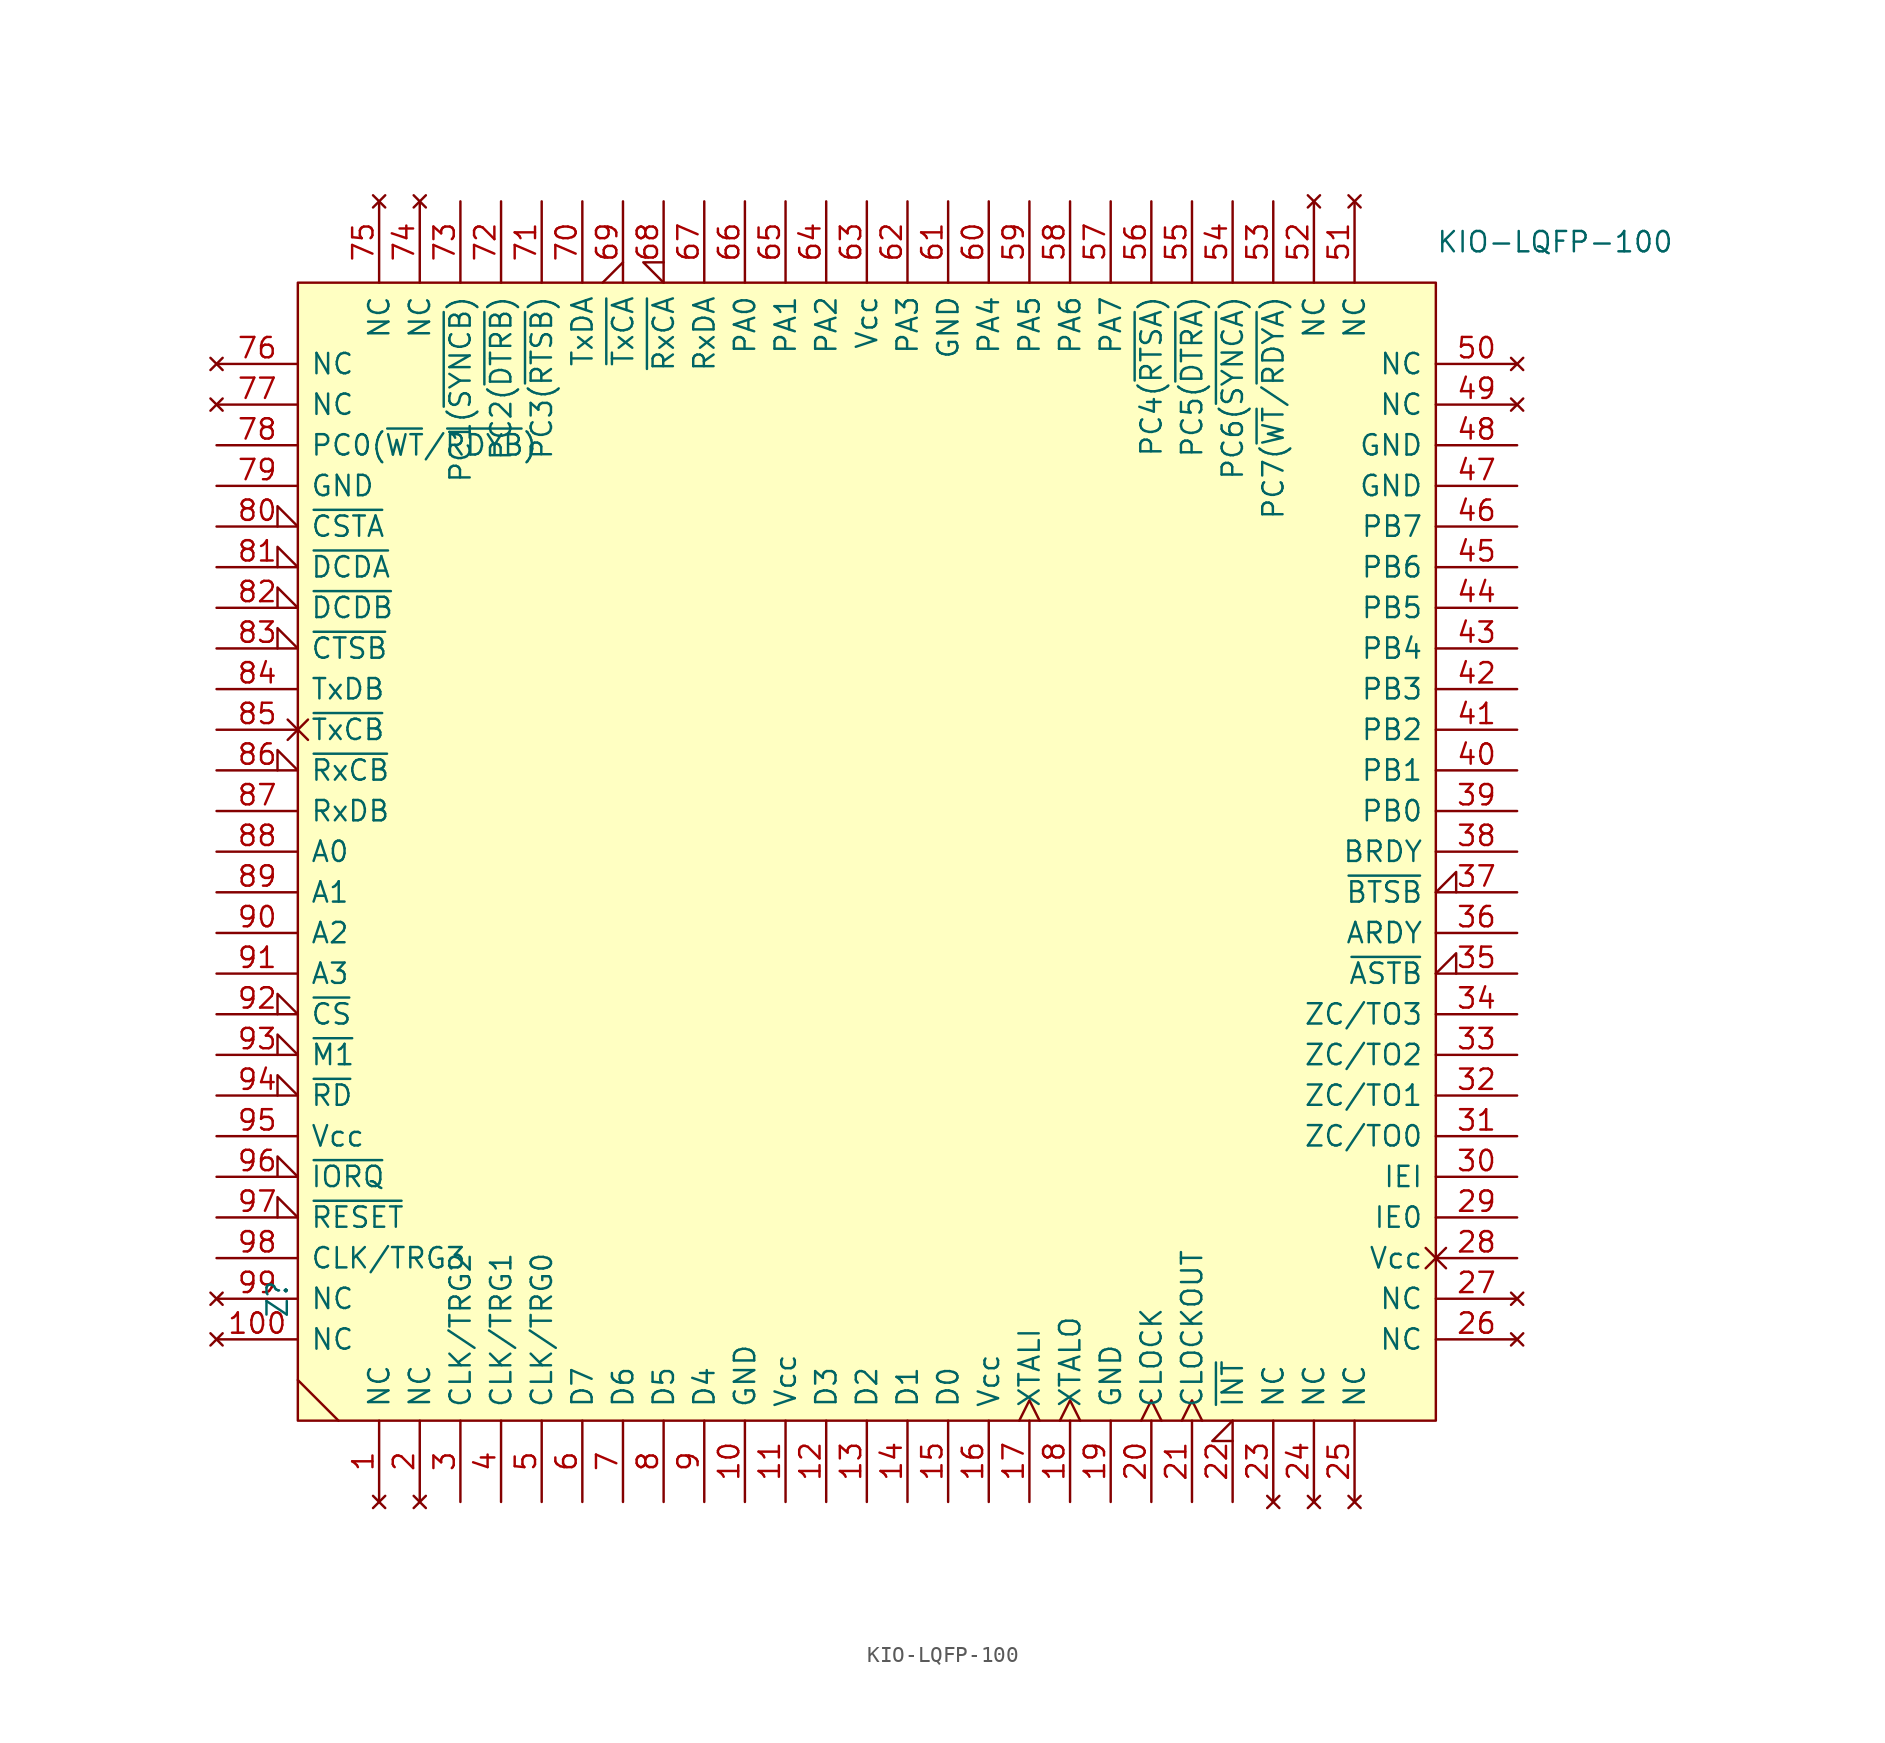
<source format=kicad_sym>
(kicad_symbol_lib
  (version 20220914)
  (generator kicad_symbol_editor)
  (symbol "KIO-LQFP-100"
    (pin_names
      (offset 0.762))
    (property "Reference" "Z"
      (at -1.27 -64.77 90)
      (effects (font (size 1.27 1.27)) (justify left)))
    (property "Value" "KIO-LQFP-100"
      (at 71.12 2.54 0)
      (effects (font (size 1.27 1.27)) (justify left)))
    (symbol "KIO-LQFP-100_0_0"
      (pin no_connect line (at 5.08 -76.2 90) (length 5.08) (name "NC" (effects (font (size 1.27 1.27)))) (number "1" (effects (font (size 1.27 1.27)))))
      (pin power_in line (at 27.94 -76.2 90) (length 5.08) (name "GND" (effects (font (size 1.27 1.27)))) (number "10" (effects (font (size 1.27 1.27)))))
      (pin no_connect line (at -5.08 -66.04 0) (length 5.08) (name "NC" (effects (font (size 1.27 1.27)))) (number "100" (effects (font (size 1.27 1.27)))))
      (pin power_in line (at 30.48 -76.2 90) (length 5.08) (name "Vcc" (effects (font (size 1.27 1.27)))) (number "11" (effects (font (size 1.27 1.27)))))
      (pin bidirectional line (at 33.02 -76.2 90) (length 5.08) (name "D3" (effects (font (size 1.27 1.27)))) (number "12" (effects (font (size 1.27 1.27)))))
      (pin bidirectional line (at 35.56 -76.2 90) (length 5.08) (name "D2" (effects (font (size 1.27 1.27)))) (number "13" (effects (font (size 1.27 1.27)))))
      (pin bidirectional line (at 38.1 -76.2 90) (length 5.08) (name "D1" (effects (font (size 1.27 1.27)))) (number "14" (effects (font (size 1.27 1.27)))))
      (pin bidirectional line (at 40.64 -76.2 90) (length 5.08) (name "D0" (effects (font (size 1.27 1.27)))) (number "15" (effects (font (size 1.27 1.27)))))
      (pin power_in line (at 43.18 -76.2 90) (length 5.08) (name "Vcc" (effects (font (size 1.27 1.27)))) (number "16" (effects (font (size 1.27 1.27)))))
      (pin input clock (at 45.72 -76.2 90) (length 5.08) (name "XTALI" (effects (font (size 1.27 1.27)))) (number "17" (effects (font (size 1.27 1.27)))))
      (pin output clock (at 48.26 -76.2 90) (length 5.08) (name "XTALO" (effects (font (size 1.27 1.27)))) (number "18" (effects (font (size 1.27 1.27)))))
      (pin power_in line (at 50.8 -76.2 90) (length 5.08) (name "GND" (effects (font (size 1.27 1.27)))) (number "19" (effects (font (size 1.27 1.27)))))
      (pin no_connect line (at 7.62 -76.2 90) (length 5.08) (name "NC" (effects (font (size 1.27 1.27)))) (number "2" (effects (font (size 1.27 1.27)))))
      (pin input clock (at 53.34 -76.2 90) (length 5.08) (name "CLOCK" (effects (font (size 1.27 1.27)))) (number "20" (effects (font (size 1.27 1.27)))))
      (pin output clock (at 55.88 -76.2 90) (length 5.08) (name "CLOCKOUT" (effects (font (size 1.27 1.27)))) (number "21" (effects (font (size 1.27 1.27)))))
      (pin open_collector input_low (at 58.42 -76.2 90) (length 5.08) (name "~{INT}" (effects (font (size 1.27 1.27)))) (number "22" (effects (font (size 1.27 1.27)))))
      (pin no_connect line (at 60.96 -76.2 90) (length 5.08) (name "NC" (effects (font (size 1.27 1.27)))) (number "23" (effects (font (size 1.27 1.27)))))
      (pin no_connect line (at 63.5 -76.2 90) (length 5.08) (name "NC" (effects (font (size 1.27 1.27)))) (number "24" (effects (font (size 1.27 1.27)))))
      (pin no_connect line (at 66.04 -76.2 90) (length 5.08) (name "NC" (effects (font (size 1.27 1.27)))) (number "25" (effects (font (size 1.27 1.27)))))
      (pin no_connect line (at 76.2 -66.04 180) (length 5.08) (name "NC" (effects (font (size 1.27 1.27)))) (number "26" (effects (font (size 1.27 1.27)))))
      (pin no_connect line (at 76.2 -63.5 180) (length 5.08) (name "NC" (effects (font (size 1.27 1.27)))) (number "27" (effects (font (size 1.27 1.27)))))
      (pin power_in non_logic (at 76.2 -60.96 180) (length 5.08) (name "Vcc" (effects (font (size 1.27 1.27)))) (number "28" (effects (font (size 1.27 1.27)))))
      (pin output line (at 76.2 -58.42 180) (length 5.08) (name "IE0" (effects (font (size 1.27 1.27)))) (number "29" (effects (font (size 1.27 1.27)))))
      (pin input line (at 10.16 -76.2 90) (length 5.08) (name "CLK/TRG2" (effects (font (size 1.27 1.27)))) (number "3" (effects (font (size 1.27 1.27)))))
      (pin input line (at 76.2 -55.88 180) (length 5.08) (name "IEI" (effects (font (size 1.27 1.27)))) (number "30" (effects (font (size 1.27 1.27)))))
      (pin output line (at 76.2 -53.34 180) (length 5.08) (name "ZC/TO0" (effects (font (size 1.27 1.27)))) (number "31" (effects (font (size 1.27 1.27)))))
      (pin output line (at 76.2 -50.8 180) (length 5.08) (name "ZC/TO1" (effects (font (size 1.27 1.27)))) (number "32" (effects (font (size 1.27 1.27)))))
      (pin output line (at 76.2 -48.26 180) (length 5.08) (name "ZC/TO2" (effects (font (size 1.27 1.27)))) (number "33" (effects (font (size 1.27 1.27)))))
      (pin output line (at 76.2 -45.72 180) (length 5.08) (name "ZC/TO3" (effects (font (size 1.27 1.27)))) (number "34" (effects (font (size 1.27 1.27)))))
      (pin input input_low (at 76.2 -43.18 180) (length 5.08) (name "~{ASTB}" (effects (font (size 1.27 1.27)))) (number "35" (effects (font (size 1.27 1.27)))))
      (pin output line (at 76.2 -40.64 180) (length 5.08) (name "ARDY" (effects (font (size 1.27 1.27)))) (number "36" (effects (font (size 1.27 1.27)))))
      (pin input input_low (at 76.2 -38.1 180) (length 5.08) (name "~{BTSB}" (effects (font (size 1.27 1.27)))) (number "37" (effects (font (size 1.27 1.27)))))
      (pin output line (at 76.2 -35.56 180) (length 5.08) (name "BRDY" (effects (font (size 1.27 1.27)))) (number "38" (effects (font (size 1.27 1.27)))))
      (pin tri_state line (at 76.2 -33.02 180) (length 5.08) (name "PB0" (effects (font (size 1.27 1.27)))) (number "39" (effects (font (size 1.27 1.27)))))
      (pin input line (at 12.7 -76.2 90) (length 5.08) (name "CLK/TRG1" (effects (font (size 1.27 1.27)))) (number "4" (effects (font (size 1.27 1.27)))))
      (pin tri_state line (at 76.2 -30.48 180) (length 5.08) (name "PB1" (effects (font (size 1.27 1.27)))) (number "40" (effects (font (size 1.27 1.27)))))
      (pin tri_state line (at 76.2 -27.94 180) (length 5.08) (name "PB2" (effects (font (size 1.27 1.27)))) (number "41" (effects (font (size 1.27 1.27)))))
      (pin tri_state line (at 76.2 -25.4 180) (length 5.08) (name "PB3" (effects (font (size 1.27 1.27)))) (number "42" (effects (font (size 1.27 1.27)))))
      (pin tri_state line (at 76.2 -22.86 180) (length 5.08) (name "PB4" (effects (font (size 1.27 1.27)))) (number "43" (effects (font (size 1.27 1.27)))))
      (pin tri_state line (at 76.2 -20.32 180) (length 5.08) (name "PB5" (effects (font (size 1.27 1.27)))) (number "44" (effects (font (size 1.27 1.27)))))
      (pin tri_state line (at 76.2 -17.78 180) (length 5.08) (name "PB6" (effects (font (size 1.27 1.27)))) (number "45" (effects (font (size 1.27 1.27)))))
      (pin tri_state line (at 76.2 -15.24 180) (length 5.08) (name "PB7" (effects (font (size 1.27 1.27)))) (number "46" (effects (font (size 1.27 1.27)))))
      (pin power_in line (at 76.2 -12.7 180) (length 5.08) (name "GND" (effects (font (size 1.27 1.27)))) (number "47" (effects (font (size 1.27 1.27)))))
      (pin power_in line (at 76.2 -10.16 180) (length 5.08) (name "GND" (effects (font (size 1.27 1.27)))) (number "48" (effects (font (size 1.27 1.27)))))
      (pin no_connect line (at 76.2 -7.62 180) (length 5.08) (name "NC" (effects (font (size 1.27 1.27)))) (number "49" (effects (font (size 1.27 1.27)))))
      (pin input line (at 15.24 -76.2 90) (length 5.08) (name "CLK/TRG0" (effects (font (size 1.27 1.27)))) (number "5" (effects (font (size 1.27 1.27)))))
      (pin no_connect line (at 76.2 -5.08 180) (length 5.08) (name "NC" (effects (font (size 1.27 1.27)))) (number "50" (effects (font (size 1.27 1.27)))))
      (pin no_connect line (at 66.04 5.08 270) (length 5.08) (name "NC" (effects (font (size 1.27 1.27)))) (number "51" (effects (font (size 1.27 1.27)))))
      (pin no_connect line (at 63.5 5.08 270) (length 5.08) (name "NC" (effects (font (size 1.27 1.27)))) (number "52" (effects (font (size 1.27 1.27)))))
      (pin tri_state line (at 60.96 5.08 270) (length 5.08) (name "PC7(~{WT}/~{RDYA})" (effects (font (size 1.27 1.27)))) (number "53" (effects (font (size 1.27 1.27)))))
      (pin tri_state line (at 58.42 5.08 270) (length 5.08) (name "PC6(~{SYNCA})" (effects (font (size 1.27 1.27)))) (number "54" (effects (font (size 1.27 1.27)))))
      (pin tri_state line (at 55.88 5.08 270) (length 5.08) (name "PC5(~{DTRA})" (effects (font (size 1.27 1.27)))) (number "55" (effects (font (size 1.27 1.27)))))
      (pin tri_state line (at 53.34 5.08 270) (length 5.08) (name "PC4(~{RTSA})" (effects (font (size 1.27 1.27)))) (number "56" (effects (font (size 1.27 1.27)))))
      (pin tri_state line (at 50.8 5.08 270) (length 5.08) (name "PA7" (effects (font (size 1.27 1.27)))) (number "57" (effects (font (size 1.27 1.27)))))
      (pin tri_state line (at 48.26 5.08 270) (length 5.08) (name "PA6" (effects (font (size 1.27 1.27)))) (number "58" (effects (font (size 1.27 1.27)))))
      (pin tri_state line (at 45.72 5.08 270) (length 5.08) (name "PA5" (effects (font (size 1.27 1.27)))) (number "59" (effects (font (size 1.27 1.27)))))
      (pin bidirectional line (at 17.78 -76.2 90) (length 5.08) (name "D7" (effects (font (size 1.27 1.27)))) (number "6" (effects (font (size 1.27 1.27)))))
      (pin tri_state line (at 43.18 5.08 270) (length 5.08) (name "PA4" (effects (font (size 1.27 1.27)))) (number "60" (effects (font (size 1.27 1.27)))))
      (pin power_in line (at 40.64 5.08 270) (length 5.08) (name "GND" (effects (font (size 1.27 1.27)))) (number "61" (effects (font (size 1.27 1.27)))))
      (pin tri_state line (at 38.1 5.08 270) (length 5.08) (name "PA3" (effects (font (size 1.27 1.27)))) (number "62" (effects (font (size 1.27 1.27)))))
      (pin power_in line (at 35.56 5.08 270) (length 5.08) (name "Vcc" (effects (font (size 1.27 1.27)))) (number "63" (effects (font (size 1.27 1.27)))))
      (pin tri_state line (at 33.02 5.08 270) (length 5.08) (name "PA2" (effects (font (size 1.27 1.27)))) (number "64" (effects (font (size 1.27 1.27)))))
      (pin tri_state line (at 30.48 5.08 270) (length 5.08) (name "PA1" (effects (font (size 1.27 1.27)))) (number "65" (effects (font (size 1.27 1.27)))))
      (pin tri_state line (at 27.94 5.08 270) (length 5.08) (name "PA0" (effects (font (size 1.27 1.27)))) (number "66" (effects (font (size 1.27 1.27)))))
      (pin input line (at 25.4 5.08 270) (length 5.08) (name "RxDA" (effects (font (size 1.27 1.27)))) (number "67" (effects (font (size 1.27 1.27)))))
      (pin input input_low (at 22.86 5.08 270) (length 5.08) (name "~{RxCA}" (effects (font (size 1.27 1.27)))) (number "68" (effects (font (size 1.27 1.27)))))
      (pin bidirectional output_low (at 20.32 5.08 270) (length 5.08) (name "~{TxCA}" (effects (font (size 1.27 1.27)))) (number "69" (effects (font (size 1.27 1.27)))))
      (pin bidirectional line (at 20.32 -76.2 90) (length 5.08) (name "D6" (effects (font (size 1.27 1.27)))) (number "7" (effects (font (size 1.27 1.27)))))
      (pin output line (at 17.78 5.08 270) (length 5.08) (name "TxDA" (effects (font (size 1.27 1.27)))) (number "70" (effects (font (size 1.27 1.27)))))
      (pin tri_state line (at 15.24 5.08 270) (length 5.08) (name "PC3(~{RTSB})" (effects (font (size 1.27 1.27)))) (number "71" (effects (font (size 1.27 1.27)))))
      (pin tri_state line (at 12.7 5.08 270) (length 5.08) (name "PC2(~{DTRB})" (effects (font (size 1.27 1.27)))) (number "72" (effects (font (size 1.27 1.27)))))
      (pin tri_state line (at 10.16 5.08 270) (length 5.08) (name "PC1(~{SYNCB})" (effects (font (size 1.27 1.27)))) (number "73" (effects (font (size 1.27 1.27)))))
      (pin no_connect line (at 7.62 5.08 270) (length 5.08) (name "NC" (effects (font (size 1.27 1.27)))) (number "74" (effects (font (size 1.27 1.27)))))
      (pin no_connect line (at 5.08 5.08 270) (length 5.08) (name "NC" (effects (font (size 1.27 1.27)))) (number "75" (effects (font (size 1.27 1.27)))))
      (pin no_connect line (at -5.08 -5.08 0) (length 5.08) (name "NC" (effects (font (size 1.27 1.27)))) (number "76" (effects (font (size 1.27 1.27)))))
      (pin no_connect line (at -5.08 -7.62 0) (length 5.08) (name "NC" (effects (font (size 1.27 1.27)))) (number "77" (effects (font (size 1.27 1.27)))))
      (pin tri_state line (at -5.08 -10.16 0) (length 5.08) (name "PC0(~{WT}/~{RDYB})" (effects (font (size 1.27 1.27)))) (number "78" (effects (font (size 1.27 1.27)))))
      (pin power_in line (at -5.08 -12.7 0) (length 5.08) (name "GND" (effects (font (size 1.27 1.27)))) (number "79" (effects (font (size 1.27 1.27)))))
      (pin bidirectional line (at 22.86 -76.2 90) (length 5.08) (name "D5" (effects (font (size 1.27 1.27)))) (number "8" (effects (font (size 1.27 1.27)))))
      (pin input input_low (at -5.08 -15.24 0) (length 5.08) (name "~{CSTA}" (effects (font (size 1.27 1.27)))) (number "80" (effects (font (size 1.27 1.27)))))
      (pin input input_low (at -5.08 -17.78 0) (length 5.08) (name "~{DCDA}" (effects (font (size 1.27 1.27)))) (number "81" (effects (font (size 1.27 1.27)))))
      (pin input input_low (at -5.08 -20.32 0) (length 5.08) (name "~{DCDB}" (effects (font (size 1.27 1.27)))) (number "82" (effects (font (size 1.27 1.27)))))
      (pin input input_low (at -5.08 -22.86 0) (length 5.08) (name "~{CTSB}" (effects (font (size 1.27 1.27)))) (number "83" (effects (font (size 1.27 1.27)))))
      (pin output line (at -5.08 -25.4 0) (length 5.08) (name "TxDB" (effects (font (size 1.27 1.27)))) (number "84" (effects (font (size 1.27 1.27)))))
      (pin bidirectional non_logic (at -5.08 -27.94 0) (length 5.08) (name "~{TxCB}" (effects (font (size 1.27 1.27)))) (number "85" (effects (font (size 1.27 1.27)))))
      (pin input input_low (at -5.08 -30.48 0) (length 5.08) (name "~{RxCB}" (effects (font (size 1.27 1.27)))) (number "86" (effects (font (size 1.27 1.27)))))
      (pin input line (at -5.08 -33.02 0) (length 5.08) (name "RxDB" (effects (font (size 1.27 1.27)))) (number "87" (effects (font (size 1.27 1.27)))))
      (pin input line (at -5.08 -35.56 0) (length 5.08) (name "A0" (effects (font (size 1.27 1.27)))) (number "88" (effects (font (size 1.27 1.27)))))
      (pin input line (at -5.08 -38.1 0) (length 5.08) (name "A1" (effects (font (size 1.27 1.27)))) (number "89" (effects (font (size 1.27 1.27)))))
      (pin bidirectional line (at 25.4 -76.2 90) (length 5.08) (name "D4" (effects (font (size 1.27 1.27)))) (number "9" (effects (font (size 1.27 1.27)))))
      (pin input line (at -5.08 -40.64 0) (length 5.08) (name "A2" (effects (font (size 1.27 1.27)))) (number "90" (effects (font (size 1.27 1.27)))))
      (pin input line (at -5.08 -43.18 0) (length 5.08) (name "A3" (effects (font (size 1.27 1.27)))) (number "91" (effects (font (size 1.27 1.27)))))
      (pin input input_low (at -5.08 -45.72 0) (length 5.08) (name "~{CS}" (effects (font (size 1.27 1.27)))) (number "92" (effects (font (size 1.27 1.27)))))
      (pin input input_low (at -5.08 -48.26 0) (length 5.08) (name "~{M1}" (effects (font (size 1.27 1.27)))) (number "93" (effects (font (size 1.27 1.27)))))
      (pin input input_low (at -5.08 -50.8 0) (length 5.08) (name "~{RD}" (effects (font (size 1.27 1.27)))) (number "94" (effects (font (size 1.27 1.27)))))
      (pin power_in line (at -5.08 -53.34 0) (length 5.08) (name "Vcc" (effects (font (size 1.27 1.27)))) (number "95" (effects (font (size 1.27 1.27)))))
      (pin input input_low (at -5.08 -55.88 0) (length 5.08) (name "~{IORQ}" (effects (font (size 1.27 1.27)))) (number "96" (effects (font (size 1.27 1.27)))))
      (pin input input_low (at -5.08 -58.42 0) (length 5.08) (name "~{RESET}" (effects (font (size 1.27 1.27)))) (number "97" (effects (font (size 1.27 1.27)))))
      (pin input line (at -5.08 -60.96 0) (length 5.08) (name "CLK/TRG3" (effects (font (size 1.27 1.27)))) (number "98" (effects (font (size 1.27 1.27)))))
      (pin no_connect line (at -5.08 -63.5 0) (length 5.08) (name "NC" (effects (font (size 1.27 1.27)))) (number "99" (effects (font (size 1.27 1.27))))))
    (symbol "KIO-LQFP-100_0_1"
      (rectangle (start 0 -71.12) (end 71.12 0) (stroke (width 0) (type solid)) (fill (type background)))
      (polyline (pts (xy 0 -68.58) (xy 2.54 -71.12)) (stroke (width 0) (type solid)) (fill (type none))))))
</source>
